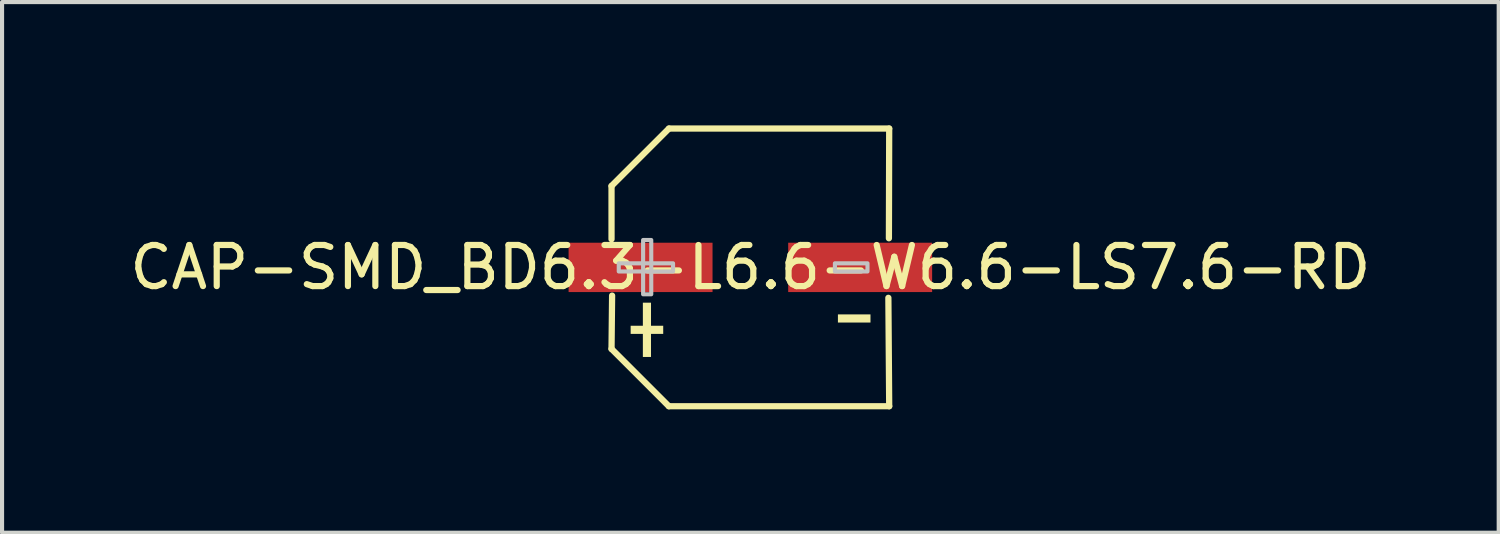
<source format=kicad_pcb>
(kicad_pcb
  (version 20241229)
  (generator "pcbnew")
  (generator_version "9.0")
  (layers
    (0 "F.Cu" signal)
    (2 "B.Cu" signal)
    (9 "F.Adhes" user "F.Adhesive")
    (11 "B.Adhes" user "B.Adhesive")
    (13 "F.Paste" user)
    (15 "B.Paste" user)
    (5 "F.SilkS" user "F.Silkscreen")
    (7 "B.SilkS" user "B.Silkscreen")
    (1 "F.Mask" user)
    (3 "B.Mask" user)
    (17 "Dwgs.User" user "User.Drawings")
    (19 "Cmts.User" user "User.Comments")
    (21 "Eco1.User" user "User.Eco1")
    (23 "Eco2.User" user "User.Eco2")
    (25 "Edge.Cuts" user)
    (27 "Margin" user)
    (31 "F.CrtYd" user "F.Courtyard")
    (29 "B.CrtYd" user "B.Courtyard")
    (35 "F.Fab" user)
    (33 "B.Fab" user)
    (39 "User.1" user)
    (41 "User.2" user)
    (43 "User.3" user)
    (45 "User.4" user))
  (footprint "CAP-SMD_BD6.3-L6.6-W6.6-LS7.6-RD"
    (layer "F.Cu")
    (at 15.196 3.452)
    (property "Reference" "CAP-SMD_BD6.3-L6.6-W6.6-LS7.6-RD" (at 0 0 0) (layer "F.SilkS") (effects (font (size 1 1) (thickness 0.15))))
    (fp_line (start -3.376 -1.98) (end -3.376 -0.685) (stroke (width 0.152) (type default)) (layer "F.SilkS"))
    (fp_line (start -3.376 1.982) (end -3.362 0.686) (stroke (width 0.152) (type default)) (layer "F.SilkS"))
    (fp_line (start -1.982 3.376) (end -3.376 1.982) (stroke (width 0.152) (type default)) (layer "F.SilkS"))
    (fp_line (start -1.98 -3.376) (end -3.376 -1.98) (stroke (width 0.152) (type default)) (layer "F.SilkS"))
    (fp_line (start 3.356 0.74) (end 3.376 3.376) (stroke (width 0.152) (type default)) (layer "F.SilkS"))
    (fp_line (start 3.369 -0.708) (end 3.376 -3.376) (stroke (width 0.152) (type default)) (layer "F.SilkS"))
    (fp_line (start 3.376 3.376) (end -1.982 3.376) (stroke (width 0.152) (type default)) (layer "F.SilkS"))
    (fp_line (start 3.376 -3.376) (end -1.98 -3.376) (stroke (width 0.152) (type default)) (layer "F.SilkS"))
    (fp_poly (pts (xy -2.911 1.419) (xy -2.911 1.617) (xy -2.119 1.617) (xy -2.119 1.419)) (stroke (width 0) (type default)) (fill yes) (layer "F.SilkS"))
    (fp_poly (pts (xy -2.614 0.858) (xy -2.614 2.178) (xy -2.416 2.178) (xy -2.416 0.858)) (stroke (width 0) (type default)) (fill yes) (layer "F.SilkS"))
    (fp_poly (pts (xy 2.921 1.143) (xy 2.921 1.341) (xy 2.129 1.341) (xy 2.129 1.143)) (stroke (width 0) (type default)) (fill yes) (layer "F.SilkS"))
    (fp_poly (pts (xy -2.41 0.654) (xy -2.41 -0.666) (xy -2.608 -0.666) (xy -2.608 0.654)) (stroke (width 0.1) (type default)) (fill no) (layer "Dwgs.User"))
    (fp_poly (pts (xy -1.88 -0.099) (xy -3.2 -0.099) (xy -3.2 0.099) (xy -1.88 0.099)) (stroke (width 0.1) (type default)) (fill no) (layer "Dwgs.User"))
    (fp_poly (pts (xy 2.848 -0.099) (xy 2.848 0.099) (xy 2.056 0.099) (xy 2.056 -0.099)) (stroke (width 0.1) (type default)) (fill no) (layer "Dwgs.User"))
    (fp_poly (pts (xy -3.8 -0.325) (xy -1.4 -0.325) (xy -1.4 0.325) (xy -3.8 0.325)) (stroke (width 0.1) (type default)) (fill no) (layer "User.1"))
    (fp_poly (pts (xy 1.4 -0.325) (xy 3.8 -0.325) (xy 3.8 0.325) (xy 1.4 0.325)) (stroke (width 0.1) (type default)) (fill no) (layer "User.1"))
    (fp_line (start -3.3 -1.98) (end -1.98 -3.3) (stroke (width 0.051) (type default)) (layer "User.2"))
    (fp_line (start -3.3 1.98) (end -3.3 -1.98) (stroke (width 0.051) (type default)) (layer "User.2"))
    (fp_line (start -1.98 -3.3) (end 3.3 -3.3) (stroke (width 0.051) (type default)) (layer "User.2"))
    (fp_line (start -1.98 3.3) (end -3.3 1.98) (stroke (width 0.051) (type default)) (layer "User.2"))
    (fp_line (start 3.3 -3.3) (end 3.3 3.3) (stroke (width 0.051) (type default)) (layer "User.2"))
    (fp_line (start 3.3 3.3) (end -1.98 3.3) (stroke (width 0.051) (type default)) (layer "User.2"))
    (fp_poly (pts (xy -3.745 3.277) (xy -3.777 3.245) (xy -3.823 3.245) (xy -3.855 3.277) (xy -3.855 3.323) (xy -3.823 3.355) (xy -3.777 3.355) (xy -3.745 3.323)) (stroke (width 0.1) (type default)) (fill no) (layer "User.3"))
    (pad "1" smd rect (at -2.67 0) (size 3.5 1.2) (layers "F.Cu" "F.Mask" "F.Paste"))
    (pad "2" smd rect (at 2.67 0) (size 3.5 1.2) (layers "F.Cu" "F.Mask" "F.Paste")))
  (gr_rect
    (start -3 -3)
    (end 33.393 9.904)
    (stroke (width 0.1) (type default))
    (fill no)
    (layer "Edge.Cuts")))
</source>
